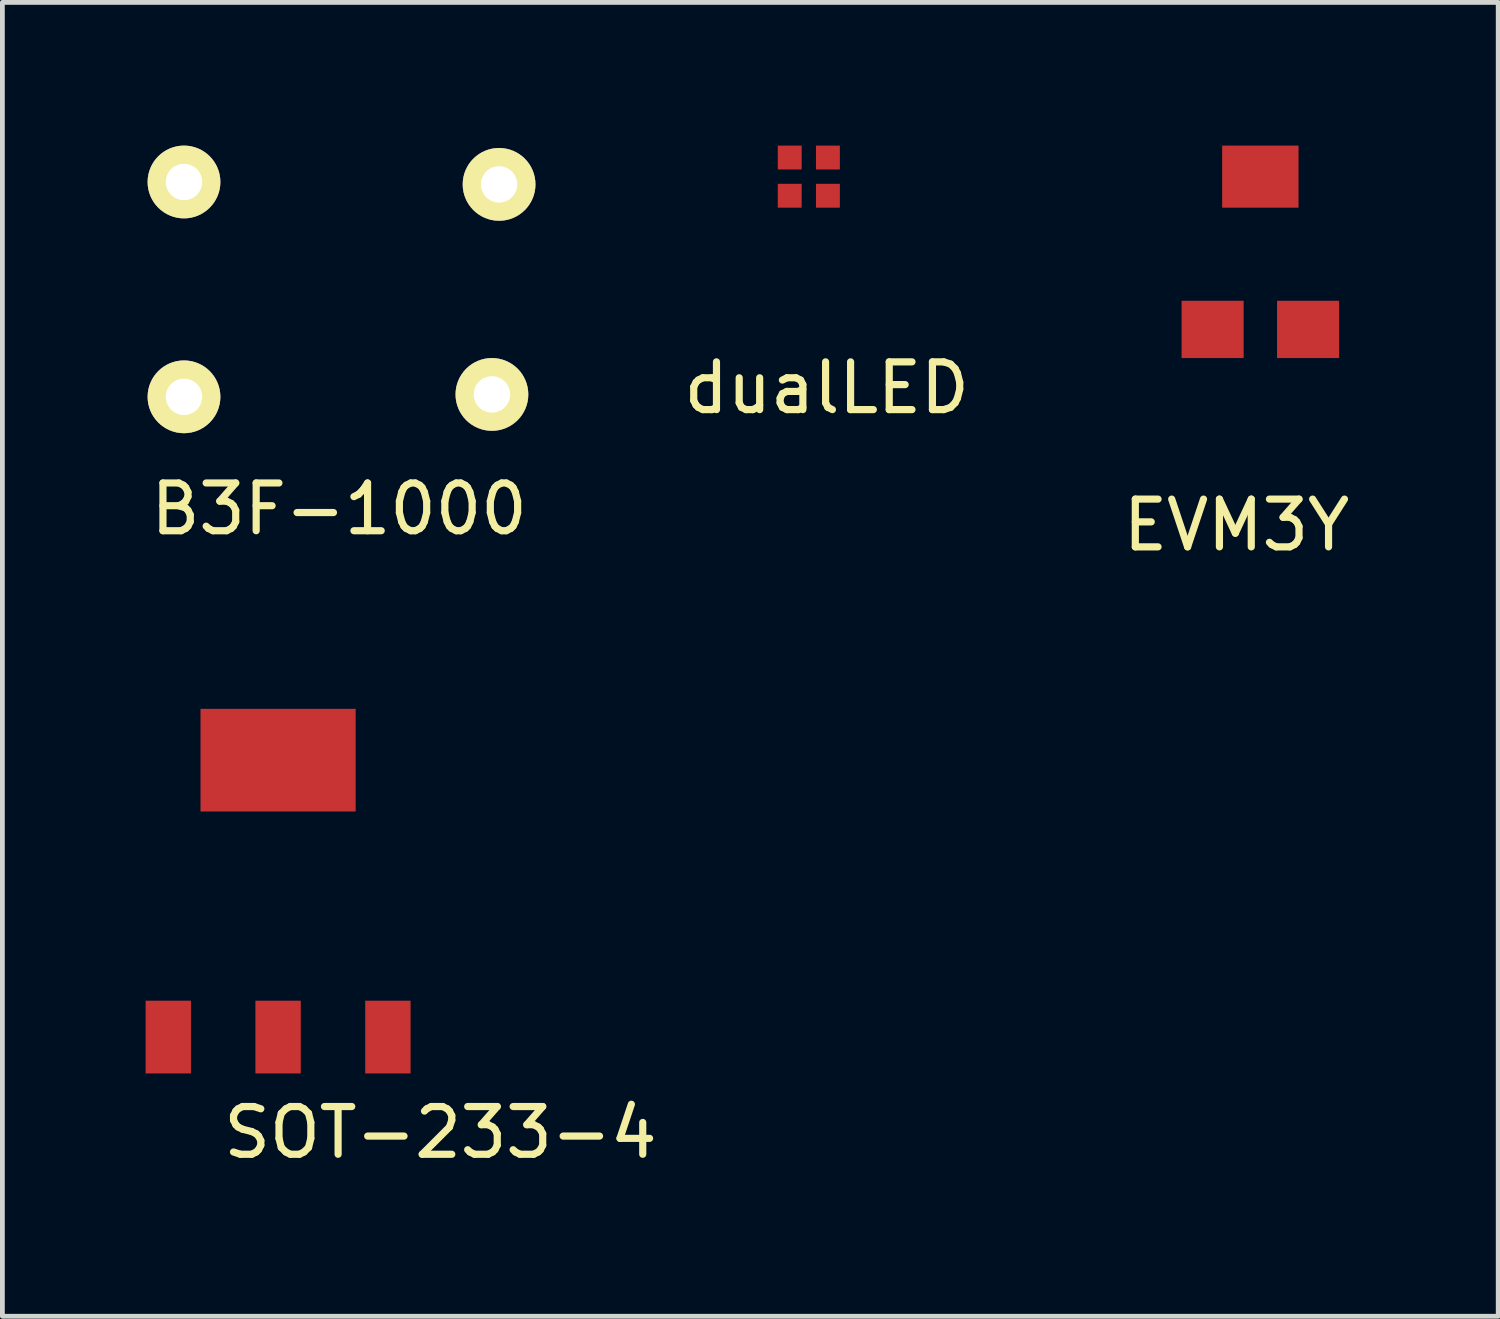
<source format=kicad_pcb>
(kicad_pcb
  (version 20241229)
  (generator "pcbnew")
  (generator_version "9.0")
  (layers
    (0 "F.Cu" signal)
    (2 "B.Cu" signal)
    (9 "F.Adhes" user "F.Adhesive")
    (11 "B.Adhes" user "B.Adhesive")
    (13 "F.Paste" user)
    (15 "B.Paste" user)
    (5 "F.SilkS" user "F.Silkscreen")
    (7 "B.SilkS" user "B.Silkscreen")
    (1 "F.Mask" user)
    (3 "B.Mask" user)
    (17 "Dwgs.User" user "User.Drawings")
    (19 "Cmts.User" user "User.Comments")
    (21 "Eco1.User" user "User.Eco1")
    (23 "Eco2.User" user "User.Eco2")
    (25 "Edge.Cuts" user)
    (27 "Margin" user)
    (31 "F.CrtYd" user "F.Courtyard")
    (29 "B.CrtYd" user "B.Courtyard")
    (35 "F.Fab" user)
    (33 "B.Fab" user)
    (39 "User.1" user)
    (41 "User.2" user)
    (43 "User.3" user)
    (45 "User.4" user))
  (footprint "dualLED"
    (layer "F.Cu")
    (at 13.892 0.65)
    (property "Reference" "dualLED" (at 0.375 4.425 0) (layer "F.SilkS") (effects (font (size 1 1) (thickness 0.15))))
    (attr through_hole)
    (pad "1" smd rect (at -0.4 0.4) (size 0.5 0.5) (layers "F.Cu" "F.Mask" "F.Paste"))
    (pad "2" smd rect (at 0.4 0.4) (size 0.5 0.5) (layers "F.Cu" "F.Mask" "F.Paste"))
    (pad "3" smd rect (at 0.4 -0.4) (size 0.5 0.5) (layers "F.Cu" "F.Mask" "F.Paste"))
    (pad "4" smd rect (at -0.4 -0.4) (size 0.5 0.5) (layers "F.Cu" "F.Mask" "F.Paste")))
  (footprint "B3F-1000"
    (layer "F.Cu")
    (at 4.054 3.012)
    (property "Reference" "B3F-1000" (at 0 4.6 0) (layer "F.SilkS") (effects (font (size 1 1) (thickness 0.15))))
    (attr through_hole)
    (pad "1" thru_hole circle (at -3.25 2.25) (size 1.524 1.524) (drill 0.762) (layers "*.Cu" "*.Mask" "F.SilkS"))
    (pad "2" thru_hole circle (at 3.2 2.2) (size 1.524 1.524) (drill 0.762) (layers "*.Cu" "*.Mask" "F.SilkS"))
    (pad "3" thru_hole circle (at 3.35 -2.2) (size 1.524 1.524) (drill 0.762) (layers "*.Cu" "*.Mask" "F.SilkS"))
    (pad "4" thru_hole circle (at -3.25 -2.25) (size 1.524 1.524) (drill 0.762) (layers "*.Cu" "*.Mask" "F.SilkS")))
  (footprint "EVM3Y"
    (layer "F.Cu")
    (at 23.35 2.25)
    (property "Reference" "EVM3Y" (at -0.5 5.7 0) (layer "F.SilkS") (effects (font (size 1 1) (thickness 0.15))))
    (attr through_hole)
    (pad "1" smd rect (at -1 1.6) (size 1.3 1.2) (layers "F.Cu" "F.Mask" "F.Paste"))
    (pad "2" smd rect (at 0 -1.6) (size 1.6 1.3) (layers "F.Cu" "F.Mask" "F.Paste"))
    (pad "3" smd rect (at 1 1.6) (size 1.3 1.2) (layers "F.Cu" "F.Mask" "F.Paste")))
  (footprint "SOT-233-4"
    (layer "F.Cu")
    (at 2.775 18.673)
    (property "Reference" "SOT-233-4" (at 3.4 2 0) (layer "F.SilkS") (effects (font (size 1 1) (thickness 0.15))))
    (attr through_hole)
    (pad "1" smd rect (at -2.3 0) (size 0.95 1.524) (layers "F.Cu" "F.Mask" "F.Paste"))
    (pad "2" smd rect (at 0 0) (size 0.95 1.524) (layers "F.Cu" "F.Mask" "F.Paste"))
    (pad "3" smd rect (at 2.3 0) (size 0.95 1.524) (layers "F.Cu" "F.Mask" "F.Paste"))
    (pad "4" smd rect (at 0 -5.8) (size 3.25 2.15) (layers "F.Cu" "F.Mask" "F.Paste")))
  (gr_rect
    (start -3 -3)
    (end 28.332 24.521)
    (stroke (width 0.1) (type default))
    (fill no)
    (layer "Edge.Cuts")))
</source>
